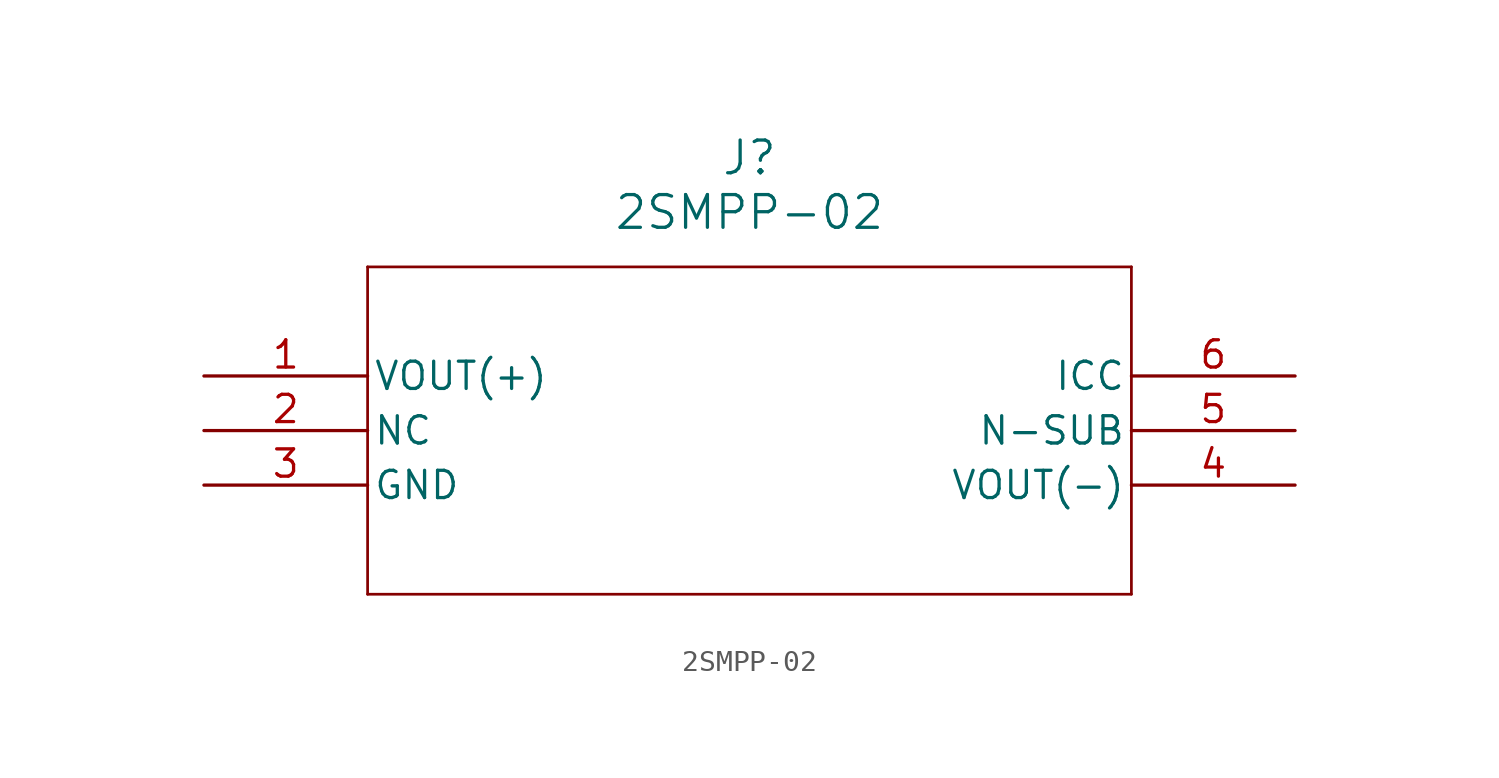
<source format=kicad_sym>
(kicad_symbol_lib
  (version 20211014)
  (generator kicad_symbol_editor)
  (symbol "2SMPP-02"
    (pin_names
      (offset 0.254))
    (property "Reference" "J"
      (at 25.4 10.16 0)
      (effects (font (size 1.524 1.524))))
    (property "Value" "2SMPP-02"
      (at 25.4 7.62 0)
      (effects (font (size 1.524 1.524))))
    (symbol "2SMPP-02_0_1"
      (polyline (pts (xy 7.62 5.08) (xy 7.62 -10.16)) (stroke (width 0.127) (type default) (color 0 0 0 0)) (fill (type none)))
      (polyline (pts (xy 7.62 -10.16) (xy 43.18 -10.16)) (stroke (width 0.127) (type default) (color 0 0 0 0)) (fill (type none)))
      (polyline (pts (xy 43.18 -10.16) (xy 43.18 5.08)) (stroke (width 0.127) (type default) (color 0 0 0 0)) (fill (type none)))
      (polyline (pts (xy 43.18 5.08) (xy 7.62 5.08)) (stroke (width 0.127) (type default) (color 0 0 0 0)) (fill (type none)))
      (pin unspecified line (at 0 0 0) (length 7.62) (name "VOUT(+)" (effects (font (size 1.27 1.27)))) (number "1" (effects (font (size 1.27 1.27)))))
      (pin unspecified line (at 0 -2.54 0) (length 7.62) (name "NC" (effects (font (size 1.27 1.27)))) (number "2" (effects (font (size 1.27 1.27)))))
      (pin power_out line (at 0 -5.08 0) (length 7.62) (name "GND" (effects (font (size 1.27 1.27)))) (number "3" (effects (font (size 1.27 1.27)))))
      (pin unspecified line (at 50.8 -5.08 180) (length 7.62) (name "VOUT(-)" (effects (font (size 1.27 1.27)))) (number "4" (effects (font (size 1.27 1.27)))))
      (pin unspecified line (at 50.8 -2.54 180) (length 7.62) (name "N-SUB" (effects (font (size 1.27 1.27)))) (number "5" (effects (font (size 1.27 1.27)))))
      (pin unspecified line (at 50.8 0 180) (length 7.62) (name "ICC" (effects (font (size 1.27 1.27)))) (number "6" (effects (font (size 1.27 1.27))))))))
</source>
